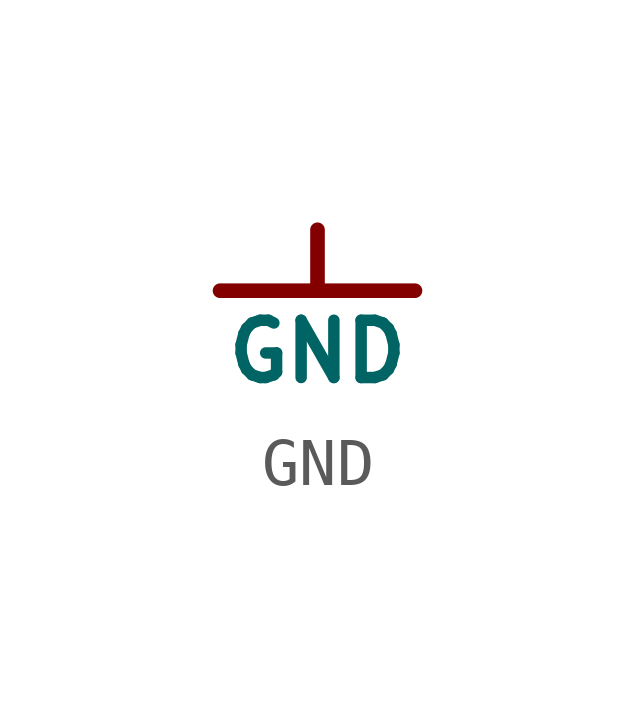
<source format=kicad_sym>
(kicad_symbol_lib
  (version 20220914)
  (generator kicad_symbol_editor)
  (symbol "GND"
    (power)
    (pin_names
      (offset 0))
    (property "Reference" "#PWR"
      (at 0 -4.826 0)
      (effects (font (size 1.524 1.524)) hide))
    (property "Value" "GND"
      (at 0 -2.54 0)
      (effects (font (size 1.194 1.194) bold)))
    (property "Footprint" ""
      (at 0 0 0)
      (effects (font (size 1.524 1.524))))
    (property "Datasheet" ""
      (at 0 0 0)
      (effects (font (size 1.524 1.524))))
    (symbol "GND_0_0"
      (polyline (pts (xy -2.032 -1.27) (xy 2.032 -1.27)) (stroke (width 0.305) (type default)) (fill (type none)))
      (polyline (pts (xy 0 -1.27) (xy 0 0)) (stroke (width 0.305) (type default)) (fill (type none)))
      (pin power_in line (at 0 0 270) (length 0) hide (name "GND" (effects (font (size 1.27 1.27)))) (number "1" (effects (font (size 1.27 1.27))))))))
</source>
